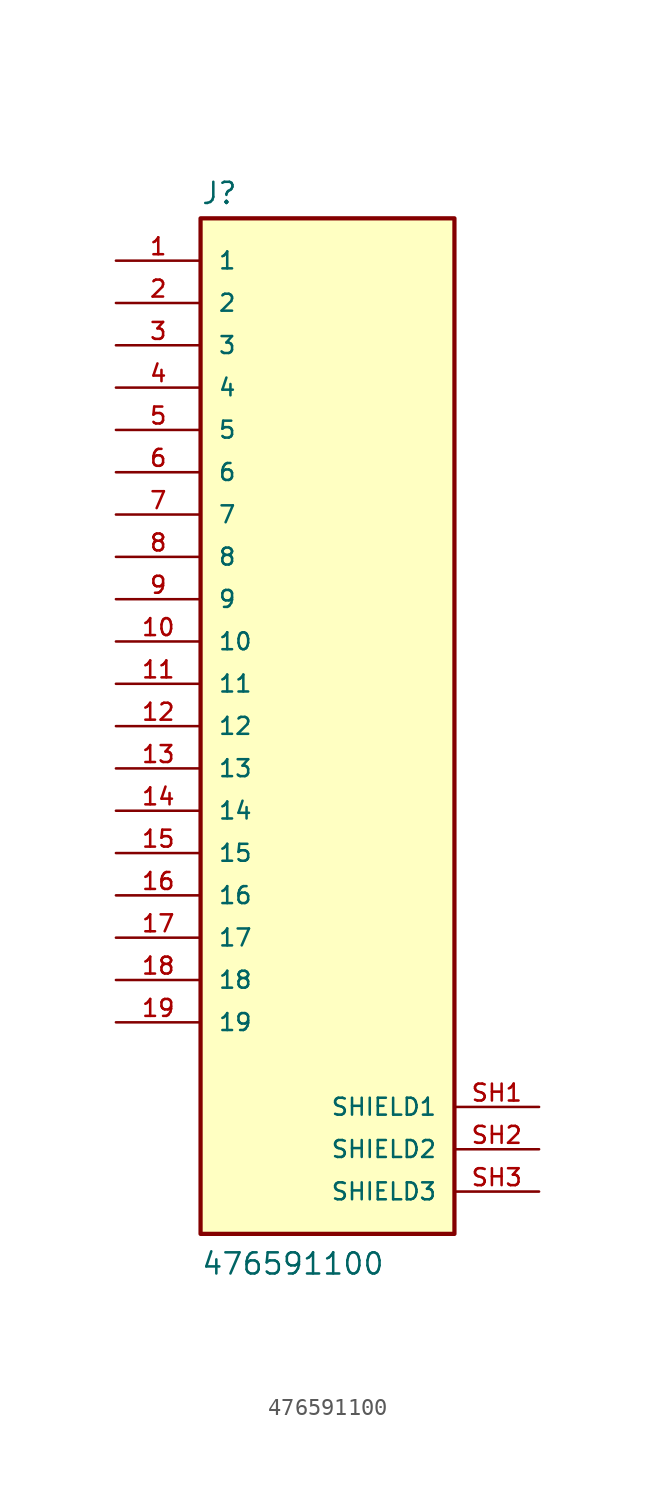
<source format=kicad_sym>
(kicad_symbol_lib
  (version 20211014)
  (generator kicad_symbol_editor)
  (symbol "476591100"
    (pin_names
      (offset 1.016))
    (property "Reference" "J"
      (at -7.62 31.242 0)
      (effects (font (size 1.27 1.27)) (justify bottom left)))
    (property "Value" "476591100"
      (at -7.62 -33.02 0)
      (effects (font (size 1.27 1.27)) (justify bottom left)))
    (symbol "476591100_0_0"
      (rectangle (start -7.62 -30.48) (end 7.62 30.48) (stroke (width 0.254)) (fill (type background)))
      (pin passive line (at 12.7 -22.86 180.0) (length 5.08) (name "SHIELD1" (effects (font (size 1.016 1.016)))) (number "SH1" (effects (font (size 1.016 1.016)))))
      (pin passive line (at 12.7 -25.4 180.0) (length 5.08) (name "SHIELD2" (effects (font (size 1.016 1.016)))) (number "SH2" (effects (font (size 1.016 1.016)))))
      (pin passive line (at 12.7 -27.94 180.0) (length 5.08) (name "SHIELD3" (effects (font (size 1.016 1.016)))) (number "SH3" (effects (font (size 1.016 1.016)))))
      (pin bidirectional line (at -12.7 27.94 0) (length 5.08) (name "1" (effects (font (size 1.016 1.016)))) (number "1" (effects (font (size 1.016 1.016)))))
      (pin bidirectional line (at -12.7 25.4 0) (length 5.08) (name "2" (effects (font (size 1.016 1.016)))) (number "2" (effects (font (size 1.016 1.016)))))
      (pin bidirectional line (at -12.7 22.86 0) (length 5.08) (name "3" (effects (font (size 1.016 1.016)))) (number "3" (effects (font (size 1.016 1.016)))))
      (pin bidirectional line (at -12.7 20.32 0) (length 5.08) (name "4" (effects (font (size 1.016 1.016)))) (number "4" (effects (font (size 1.016 1.016)))))
      (pin bidirectional line (at -12.7 17.78 0) (length 5.08) (name "5" (effects (font (size 1.016 1.016)))) (number "5" (effects (font (size 1.016 1.016)))))
      (pin bidirectional line (at -12.7 15.24 0) (length 5.08) (name "6" (effects (font (size 1.016 1.016)))) (number "6" (effects (font (size 1.016 1.016)))))
      (pin bidirectional line (at -12.7 12.7 0) (length 5.08) (name "7" (effects (font (size 1.016 1.016)))) (number "7" (effects (font (size 1.016 1.016)))))
      (pin bidirectional line (at -12.7 10.16 0) (length 5.08) (name "8" (effects (font (size 1.016 1.016)))) (number "8" (effects (font (size 1.016 1.016)))))
      (pin bidirectional line (at -12.7 7.62 0) (length 5.08) (name "9" (effects (font (size 1.016 1.016)))) (number "9" (effects (font (size 1.016 1.016)))))
      (pin bidirectional line (at -12.7 5.08 0) (length 5.08) (name "10" (effects (font (size 1.016 1.016)))) (number "10" (effects (font (size 1.016 1.016)))))
      (pin bidirectional line (at -12.7 2.54 0) (length 5.08) (name "11" (effects (font (size 1.016 1.016)))) (number "11" (effects (font (size 1.016 1.016)))))
      (pin bidirectional line (at -12.7 0.0 0) (length 5.08) (name "12" (effects (font (size 1.016 1.016)))) (number "12" (effects (font (size 1.016 1.016)))))
      (pin bidirectional line (at -12.7 -2.54 0) (length 5.08) (name "13" (effects (font (size 1.016 1.016)))) (number "13" (effects (font (size 1.016 1.016)))))
      (pin bidirectional line (at -12.7 -5.08 0) (length 5.08) (name "14" (effects (font (size 1.016 1.016)))) (number "14" (effects (font (size 1.016 1.016)))))
      (pin bidirectional line (at -12.7 -7.62 0) (length 5.08) (name "15" (effects (font (size 1.016 1.016)))) (number "15" (effects (font (size 1.016 1.016)))))
      (pin bidirectional line (at -12.7 -10.16 0) (length 5.08) (name "16" (effects (font (size 1.016 1.016)))) (number "16" (effects (font (size 1.016 1.016)))))
      (pin bidirectional line (at -12.7 -12.7 0) (length 5.08) (name "17" (effects (font (size 1.016 1.016)))) (number "17" (effects (font (size 1.016 1.016)))))
      (pin bidirectional line (at -12.7 -15.24 0) (length 5.08) (name "18" (effects (font (size 1.016 1.016)))) (number "18" (effects (font (size 1.016 1.016)))))
      (pin bidirectional line (at -12.7 -17.78 0) (length 5.08) (name "19" (effects (font (size 1.016 1.016)))) (number "19" (effects (font (size 1.016 1.016))))))))
</source>
